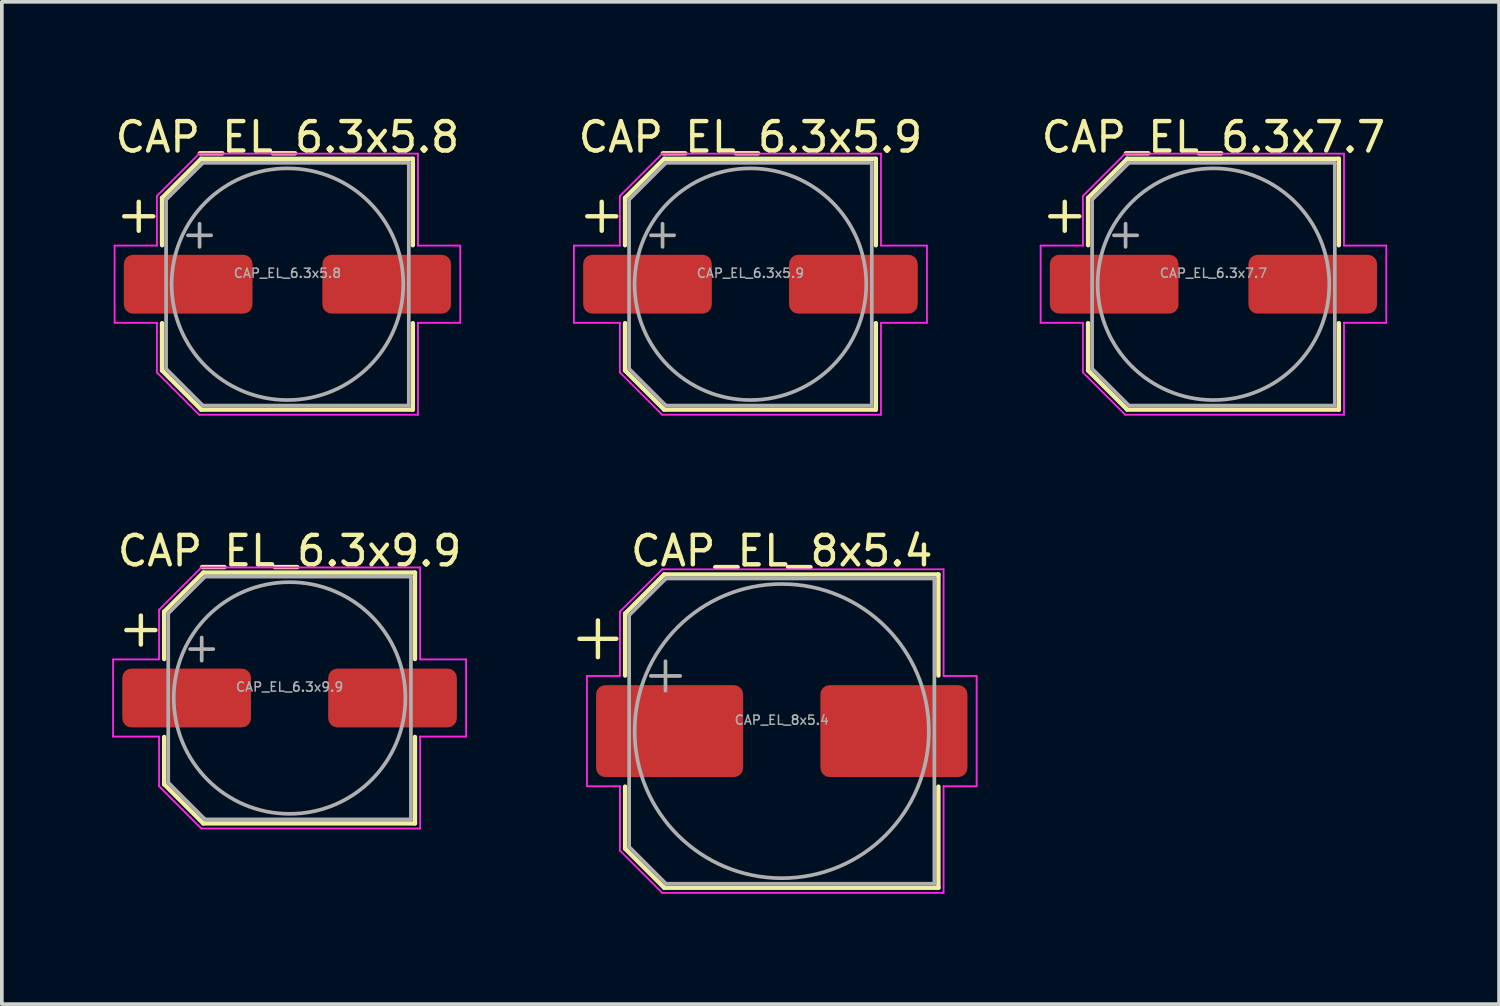
<source format=kicad_pcb>
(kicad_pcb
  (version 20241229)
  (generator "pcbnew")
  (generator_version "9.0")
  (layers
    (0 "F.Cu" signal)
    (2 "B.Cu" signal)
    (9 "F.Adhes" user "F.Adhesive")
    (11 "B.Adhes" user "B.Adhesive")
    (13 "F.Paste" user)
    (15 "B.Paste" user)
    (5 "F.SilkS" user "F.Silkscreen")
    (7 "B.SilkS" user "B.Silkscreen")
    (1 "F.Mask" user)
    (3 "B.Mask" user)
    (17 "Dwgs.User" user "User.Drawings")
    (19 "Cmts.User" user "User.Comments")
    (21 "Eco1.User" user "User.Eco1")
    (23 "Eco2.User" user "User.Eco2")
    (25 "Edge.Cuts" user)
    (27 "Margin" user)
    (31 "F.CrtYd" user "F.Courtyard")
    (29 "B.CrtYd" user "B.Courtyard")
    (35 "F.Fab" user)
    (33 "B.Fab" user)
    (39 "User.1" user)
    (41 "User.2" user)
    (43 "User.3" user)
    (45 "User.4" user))
  (footprint "CAP_EL_6.3x5.9"
    (layer "F.Cu")
    (at 17.358 4.679)
    (property "Reference" "CAP_EL_6.3x5.9" (at 0 -4 0) (layer "F.SilkS") (effects (font (size 0.8 0.8) (thickness 0.12))))
    (attr smd)
    (fp_line (start -4.438 -1.847) (end -3.65 -1.847) (stroke (width 0.12) (type solid)) (layer "F.SilkS"))
    (fp_line (start -4.044 -2.241) (end -4.044 -1.454) (stroke (width 0.12) (type solid)) (layer "F.SilkS"))
    (fp_line (start -3.41 -2.346) (end -3.41 -1.06) (stroke (width 0.12) (type solid)) (layer "F.SilkS"))
    (fp_line (start -3.41 -2.346) (end -2.346 -3.41) (stroke (width 0.12) (type solid)) (layer "F.SilkS"))
    (fp_line (start -3.41 2.346) (end -3.41 1.06) (stroke (width 0.12) (type solid)) (layer "F.SilkS"))
    (fp_line (start -3.41 2.346) (end -2.346 3.41) (stroke (width 0.12) (type solid)) (layer "F.SilkS"))
    (fp_line (start -2.346 -3.41) (end 3.41 -3.41) (stroke (width 0.12) (type solid)) (layer "F.SilkS"))
    (fp_line (start -2.346 3.41) (end 3.41 3.41) (stroke (width 0.12) (type solid)) (layer "F.SilkS"))
    (fp_line (start 3.41 -3.41) (end 3.41 -1.06) (stroke (width 0.12) (type solid)) (layer "F.SilkS"))
    (fp_line (start 3.41 3.41) (end 3.41 1.06) (stroke (width 0.12) (type solid)) (layer "F.SilkS"))
    (fp_line (start -4.8 -1.05) (end -4.8 1.05) (stroke (width 0.05) (type solid)) (layer "F.CrtYd"))
    (fp_line (start -4.8 1.05) (end -3.55 1.05) (stroke (width 0.05) (type solid)) (layer "F.CrtYd"))
    (fp_line (start -3.55 -2.4) (end -3.55 -1.05) (stroke (width 0.05) (type solid)) (layer "F.CrtYd"))
    (fp_line (start -3.55 -2.4) (end -2.4 -3.55) (stroke (width 0.05) (type solid)) (layer "F.CrtYd"))
    (fp_line (start -3.55 -1.05) (end -4.8 -1.05) (stroke (width 0.05) (type solid)) (layer "F.CrtYd"))
    (fp_line (start -3.55 1.05) (end -3.55 2.4) (stroke (width 0.05) (type solid)) (layer "F.CrtYd"))
    (fp_line (start -3.55 2.4) (end -2.4 3.55) (stroke (width 0.05) (type solid)) (layer "F.CrtYd"))
    (fp_line (start -2.4 -3.55) (end 3.55 -3.55) (stroke (width 0.05) (type solid)) (layer "F.CrtYd"))
    (fp_line (start -2.4 3.55) (end 3.55 3.55) (stroke (width 0.05) (type solid)) (layer "F.CrtYd"))
    (fp_line (start 3.55 -3.55) (end 3.55 -1.05) (stroke (width 0.05) (type solid)) (layer "F.CrtYd"))
    (fp_line (start 3.55 -1.05) (end 4.8 -1.05) (stroke (width 0.05) (type solid)) (layer "F.CrtYd"))
    (fp_line (start 3.55 1.05) (end 3.55 3.55) (stroke (width 0.05) (type solid)) (layer "F.CrtYd"))
    (fp_line (start 4.8 -1.05) (end 4.8 1.05) (stroke (width 0.05) (type solid)) (layer "F.CrtYd"))
    (fp_line (start 4.8 1.05) (end 3.55 1.05) (stroke (width 0.05) (type solid)) (layer "F.CrtYd"))
    (fp_line (start -3.3 -2.3) (end -3.3 2.3) (stroke (width 0.1) (type solid)) (layer "F.Fab"))
    (fp_line (start -3.3 -2.3) (end -2.3 -3.3) (stroke (width 0.1) (type solid)) (layer "F.Fab"))
    (fp_line (start -3.3 2.3) (end -2.3 3.3) (stroke (width 0.1) (type solid)) (layer "F.Fab"))
    (fp_line (start -2.705 -1.33) (end -2.075 -1.33) (stroke (width 0.1) (type solid)) (layer "F.Fab"))
    (fp_line (start -2.39 -1.645) (end -2.39 -1.015) (stroke (width 0.1) (type solid)) (layer "F.Fab"))
    (fp_line (start -2.3 -3.3) (end 3.3 -3.3) (stroke (width 0.1) (type solid)) (layer "F.Fab"))
    (fp_line (start -2.3 3.3) (end 3.3 3.3) (stroke (width 0.1) (type solid)) (layer "F.Fab"))
    (fp_line (start 3.3 -3.3) (end 3.3 3.3) (stroke (width 0.1) (type solid)) (layer "F.Fab"))
    (fp_circle (center 0 0) (end 3.15 0) (stroke (width 0.1) (type solid)) (fill no) (layer "F.Fab"))
    (fp_text user "${REFERENCE}" (at 0 -0.3 0) (layer "F.Fab") (effects (font (size 0.25 0.25) (thickness 0.04))))
    (pad "1" smd roundrect (at -2.8 0) (size 3.5 1.6) (layers "F.Cu" "F.Mask" "F.Paste") (roundrect_rratio 0.156))
    (pad "2" smd roundrect (at 2.8 0) (size 3.5 1.6) (layers "F.Cu" "F.Mask" "F.Paste") (roundrect_rratio 0.156)))
  (footprint "CAP_EL_8x5.4"
    (layer "F.Cu")
    (at 18.21 16.832)
    (property "Reference" "CAP_EL_8x5.4" (at 0 -4.9 0) (layer "F.SilkS") (effects (font (size 0.8 0.8) (thickness 0.12))))
    (attr smd)
    (fp_line (start -5.5 -2.51) (end -4.5 -2.51) (stroke (width 0.12) (type solid)) (layer "F.SilkS"))
    (fp_line (start -5 -3.01) (end -5 -2.01) (stroke (width 0.12) (type solid)) (layer "F.SilkS"))
    (fp_line (start -4.26 -3.196) (end -4.26 -1.51) (stroke (width 0.12) (type solid)) (layer "F.SilkS"))
    (fp_line (start -4.26 -3.196) (end -3.196 -4.26) (stroke (width 0.12) (type solid)) (layer "F.SilkS"))
    (fp_line (start -4.26 3.196) (end -4.26 1.51) (stroke (width 0.12) (type solid)) (layer "F.SilkS"))
    (fp_line (start -4.26 3.196) (end -3.196 4.26) (stroke (width 0.12) (type solid)) (layer "F.SilkS"))
    (fp_line (start -3.196 -4.26) (end 4.26 -4.26) (stroke (width 0.12) (type solid)) (layer "F.SilkS"))
    (fp_line (start -3.196 4.26) (end 4.26 4.26) (stroke (width 0.12) (type solid)) (layer "F.SilkS"))
    (fp_line (start 4.26 -4.26) (end 4.26 -1.51) (stroke (width 0.12) (type solid)) (layer "F.SilkS"))
    (fp_line (start 4.26 4.26) (end 4.26 1.51) (stroke (width 0.12) (type solid)) (layer "F.SilkS"))
    (fp_line (start -5.3 -1.5) (end -5.3 1.5) (stroke (width 0.05) (type solid)) (layer "F.CrtYd"))
    (fp_line (start -5.3 1.5) (end -4.4 1.5) (stroke (width 0.05) (type solid)) (layer "F.CrtYd"))
    (fp_line (start -4.4 -3.25) (end -4.4 -1.5) (stroke (width 0.05) (type solid)) (layer "F.CrtYd"))
    (fp_line (start -4.4 -3.25) (end -3.25 -4.4) (stroke (width 0.05) (type solid)) (layer "F.CrtYd"))
    (fp_line (start -4.4 -1.5) (end -5.3 -1.5) (stroke (width 0.05) (type solid)) (layer "F.CrtYd"))
    (fp_line (start -4.4 1.5) (end -4.4 3.25) (stroke (width 0.05) (type solid)) (layer "F.CrtYd"))
    (fp_line (start -4.4 3.25) (end -3.25 4.4) (stroke (width 0.05) (type solid)) (layer "F.CrtYd"))
    (fp_line (start -3.25 -4.4) (end 4.4 -4.4) (stroke (width 0.05) (type solid)) (layer "F.CrtYd"))
    (fp_line (start -3.25 4.4) (end 4.4 4.4) (stroke (width 0.05) (type solid)) (layer "F.CrtYd"))
    (fp_line (start 4.4 -4.4) (end 4.4 -1.5) (stroke (width 0.05) (type solid)) (layer "F.CrtYd"))
    (fp_line (start 4.4 -1.5) (end 5.3 -1.5) (stroke (width 0.05) (type solid)) (layer "F.CrtYd"))
    (fp_line (start 4.4 1.5) (end 4.4 4.4) (stroke (width 0.05) (type solid)) (layer "F.CrtYd"))
    (fp_line (start 5.3 -1.5) (end 5.3 1.5) (stroke (width 0.05) (type solid)) (layer "F.CrtYd"))
    (fp_line (start 5.3 1.5) (end 4.4 1.5) (stroke (width 0.05) (type solid)) (layer "F.CrtYd"))
    (fp_line (start -4.15 -3.15) (end -4.15 3.15) (stroke (width 0.1) (type solid)) (layer "F.Fab"))
    (fp_line (start -4.15 -3.15) (end -3.15 -4.15) (stroke (width 0.1) (type solid)) (layer "F.Fab"))
    (fp_line (start -4.15 3.15) (end -3.15 4.15) (stroke (width 0.1) (type solid)) (layer "F.Fab"))
    (fp_line (start -3.562 -1.5) (end -2.762 -1.5) (stroke (width 0.1) (type solid)) (layer "F.Fab"))
    (fp_line (start -3.162 -1.9) (end -3.162 -1.1) (stroke (width 0.1) (type solid)) (layer "F.Fab"))
    (fp_line (start -3.15 -4.15) (end 4.15 -4.15) (stroke (width 0.1) (type solid)) (layer "F.Fab"))
    (fp_line (start -3.15 4.15) (end 4.15 4.15) (stroke (width 0.1) (type solid)) (layer "F.Fab"))
    (fp_line (start 4.15 -4.15) (end 4.15 4.15) (stroke (width 0.1) (type solid)) (layer "F.Fab"))
    (fp_circle (center 0 0) (end 4 0) (stroke (width 0.1) (type solid)) (fill no) (layer "F.Fab"))
    (fp_text user "${REFERENCE}" (at 0 -0.3 0) (layer "F.Fab") (effects (font (size 0.25 0.25) (thickness 0.04))))
    (pad "1" smd roundrect (at -3.05 0) (size 4 2.5) (layers "F.Cu" "F.Mask" "F.Paste") (roundrect_rratio 0.1))
    (pad "2" smd roundrect (at 3.05 0) (size 4 2.5) (layers "F.Cu" "F.Mask" "F.Paste") (roundrect_rratio 0.1)))
  (footprint "CAP_EL_6.3x9.9"
    (layer "F.Cu")
    (at 4.825 15.932)
    (property "Reference" "CAP_EL_6.3x9.9" (at 0 -4 0) (layer "F.SilkS") (effects (font (size 0.8 0.8) (thickness 0.12))))
    (attr smd)
    (fp_line (start -4.438 -1.847) (end -3.65 -1.847) (stroke (width 0.12) (type solid)) (layer "F.SilkS"))
    (fp_line (start -4.044 -2.241) (end -4.044 -1.454) (stroke (width 0.12) (type solid)) (layer "F.SilkS"))
    (fp_line (start -3.41 -2.346) (end -3.41 -1.06) (stroke (width 0.12) (type solid)) (layer "F.SilkS"))
    (fp_line (start -3.41 -2.346) (end -2.346 -3.41) (stroke (width 0.12) (type solid)) (layer "F.SilkS"))
    (fp_line (start -3.41 2.346) (end -3.41 1.06) (stroke (width 0.12) (type solid)) (layer "F.SilkS"))
    (fp_line (start -3.41 2.346) (end -2.346 3.41) (stroke (width 0.12) (type solid)) (layer "F.SilkS"))
    (fp_line (start -2.346 -3.41) (end 3.41 -3.41) (stroke (width 0.12) (type solid)) (layer "F.SilkS"))
    (fp_line (start -2.346 3.41) (end 3.41 3.41) (stroke (width 0.12) (type solid)) (layer "F.SilkS"))
    (fp_line (start 3.41 -3.41) (end 3.41 -1.06) (stroke (width 0.12) (type solid)) (layer "F.SilkS"))
    (fp_line (start 3.41 3.41) (end 3.41 1.06) (stroke (width 0.12) (type solid)) (layer "F.SilkS"))
    (fp_line (start -4.8 -1.05) (end -4.8 1.05) (stroke (width 0.05) (type solid)) (layer "F.CrtYd"))
    (fp_line (start -4.8 1.05) (end -3.55 1.05) (stroke (width 0.05) (type solid)) (layer "F.CrtYd"))
    (fp_line (start -3.55 -2.4) (end -3.55 -1.05) (stroke (width 0.05) (type solid)) (layer "F.CrtYd"))
    (fp_line (start -3.55 -2.4) (end -2.4 -3.55) (stroke (width 0.05) (type solid)) (layer "F.CrtYd"))
    (fp_line (start -3.55 -1.05) (end -4.8 -1.05) (stroke (width 0.05) (type solid)) (layer "F.CrtYd"))
    (fp_line (start -3.55 1.05) (end -3.55 2.4) (stroke (width 0.05) (type solid)) (layer "F.CrtYd"))
    (fp_line (start -3.55 2.4) (end -2.4 3.55) (stroke (width 0.05) (type solid)) (layer "F.CrtYd"))
    (fp_line (start -2.4 -3.55) (end 3.55 -3.55) (stroke (width 0.05) (type solid)) (layer "F.CrtYd"))
    (fp_line (start -2.4 3.55) (end 3.55 3.55) (stroke (width 0.05) (type solid)) (layer "F.CrtYd"))
    (fp_line (start 3.55 -3.55) (end 3.55 -1.05) (stroke (width 0.05) (type solid)) (layer "F.CrtYd"))
    (fp_line (start 3.55 -1.05) (end 4.8 -1.05) (stroke (width 0.05) (type solid)) (layer "F.CrtYd"))
    (fp_line (start 3.55 1.05) (end 3.55 3.55) (stroke (width 0.05) (type solid)) (layer "F.CrtYd"))
    (fp_line (start 4.8 -1.05) (end 4.8 1.05) (stroke (width 0.05) (type solid)) (layer "F.CrtYd"))
    (fp_line (start 4.8 1.05) (end 3.55 1.05) (stroke (width 0.05) (type solid)) (layer "F.CrtYd"))
    (fp_line (start -3.3 -2.3) (end -3.3 2.3) (stroke (width 0.1) (type solid)) (layer "F.Fab"))
    (fp_line (start -3.3 -2.3) (end -2.3 -3.3) (stroke (width 0.1) (type solid)) (layer "F.Fab"))
    (fp_line (start -3.3 2.3) (end -2.3 3.3) (stroke (width 0.1) (type solid)) (layer "F.Fab"))
    (fp_line (start -2.705 -1.33) (end -2.075 -1.33) (stroke (width 0.1) (type solid)) (layer "F.Fab"))
    (fp_line (start -2.39 -1.645) (end -2.39 -1.015) (stroke (width 0.1) (type solid)) (layer "F.Fab"))
    (fp_line (start -2.3 -3.3) (end 3.3 -3.3) (stroke (width 0.1) (type solid)) (layer "F.Fab"))
    (fp_line (start -2.3 3.3) (end 3.3 3.3) (stroke (width 0.1) (type solid)) (layer "F.Fab"))
    (fp_line (start 3.3 -3.3) (end 3.3 3.3) (stroke (width 0.1) (type solid)) (layer "F.Fab"))
    (fp_circle (center 0 0) (end 3.15 0) (stroke (width 0.1) (type solid)) (fill no) (layer "F.Fab"))
    (fp_text user "${REFERENCE}" (at 0 -0.3 0) (layer "F.Fab") (effects (font (size 0.25 0.25) (thickness 0.04))))
    (pad "1" smd roundrect (at -2.8 0) (size 3.5 1.6) (layers "F.Cu" "F.Mask" "F.Paste") (roundrect_rratio 0.156))
    (pad "2" smd roundrect (at 2.8 0) (size 3.5 1.6) (layers "F.Cu" "F.Mask" "F.Paste") (roundrect_rratio 0.156)))
  (footprint "CAP_EL_6.3x7.7"
    (layer "F.Cu")
    (at 29.95 4.679)
    (property "Reference" "CAP_EL_6.3x7.7" (at 0 -4 0) (layer "F.SilkS") (effects (font (size 0.8 0.8) (thickness 0.12))))
    (attr smd)
    (fp_line (start -4.438 -1.847) (end -3.65 -1.847) (stroke (width 0.12) (type solid)) (layer "F.SilkS"))
    (fp_line (start -4.044 -2.241) (end -4.044 -1.454) (stroke (width 0.12) (type solid)) (layer "F.SilkS"))
    (fp_line (start -3.41 -2.346) (end -3.41 -1.06) (stroke (width 0.12) (type solid)) (layer "F.SilkS"))
    (fp_line (start -3.41 -2.346) (end -2.346 -3.41) (stroke (width 0.12) (type solid)) (layer "F.SilkS"))
    (fp_line (start -3.41 2.346) (end -3.41 1.06) (stroke (width 0.12) (type solid)) (layer "F.SilkS"))
    (fp_line (start -3.41 2.346) (end -2.346 3.41) (stroke (width 0.12) (type solid)) (layer "F.SilkS"))
    (fp_line (start -2.346 -3.41) (end 3.41 -3.41) (stroke (width 0.12) (type solid)) (layer "F.SilkS"))
    (fp_line (start -2.346 3.41) (end 3.41 3.41) (stroke (width 0.12) (type solid)) (layer "F.SilkS"))
    (fp_line (start 3.41 -3.41) (end 3.41 -1.06) (stroke (width 0.12) (type solid)) (layer "F.SilkS"))
    (fp_line (start 3.41 3.41) (end 3.41 1.06) (stroke (width 0.12) (type solid)) (layer "F.SilkS"))
    (fp_line (start -4.7 -1.05) (end -4.7 1.05) (stroke (width 0.05) (type solid)) (layer "F.CrtYd"))
    (fp_line (start -4.7 1.05) (end -3.55 1.05) (stroke (width 0.05) (type solid)) (layer "F.CrtYd"))
    (fp_line (start -3.55 -2.4) (end -3.55 -1.05) (stroke (width 0.05) (type solid)) (layer "F.CrtYd"))
    (fp_line (start -3.55 -2.4) (end -2.4 -3.55) (stroke (width 0.05) (type solid)) (layer "F.CrtYd"))
    (fp_line (start -3.55 -1.05) (end -4.7 -1.05) (stroke (width 0.05) (type solid)) (layer "F.CrtYd"))
    (fp_line (start -3.55 1.05) (end -3.55 2.4) (stroke (width 0.05) (type solid)) (layer "F.CrtYd"))
    (fp_line (start -3.55 2.4) (end -2.4 3.55) (stroke (width 0.05) (type solid)) (layer "F.CrtYd"))
    (fp_line (start -2.4 -3.55) (end 3.55 -3.55) (stroke (width 0.05) (type solid)) (layer "F.CrtYd"))
    (fp_line (start -2.4 3.55) (end 3.55 3.55) (stroke (width 0.05) (type solid)) (layer "F.CrtYd"))
    (fp_line (start 3.55 -3.55) (end 3.55 -1.05) (stroke (width 0.05) (type solid)) (layer "F.CrtYd"))
    (fp_line (start 3.55 -1.05) (end 4.7 -1.05) (stroke (width 0.05) (type solid)) (layer "F.CrtYd"))
    (fp_line (start 3.55 1.05) (end 3.55 3.55) (stroke (width 0.05) (type solid)) (layer "F.CrtYd"))
    (fp_line (start 4.7 -1.05) (end 4.7 1.05) (stroke (width 0.05) (type solid)) (layer "F.CrtYd"))
    (fp_line (start 4.7 1.05) (end 3.55 1.05) (stroke (width 0.05) (type solid)) (layer "F.CrtYd"))
    (fp_line (start -3.3 -2.3) (end -3.3 2.3) (stroke (width 0.1) (type solid)) (layer "F.Fab"))
    (fp_line (start -3.3 -2.3) (end -2.3 -3.3) (stroke (width 0.1) (type solid)) (layer "F.Fab"))
    (fp_line (start -3.3 2.3) (end -2.3 3.3) (stroke (width 0.1) (type solid)) (layer "F.Fab"))
    (fp_line (start -2.705 -1.33) (end -2.075 -1.33) (stroke (width 0.1) (type solid)) (layer "F.Fab"))
    (fp_line (start -2.39 -1.645) (end -2.39 -1.015) (stroke (width 0.1) (type solid)) (layer "F.Fab"))
    (fp_line (start -2.3 -3.3) (end 3.3 -3.3) (stroke (width 0.1) (type solid)) (layer "F.Fab"))
    (fp_line (start -2.3 3.3) (end 3.3 3.3) (stroke (width 0.1) (type solid)) (layer "F.Fab"))
    (fp_line (start 3.3 -3.3) (end 3.3 3.3) (stroke (width 0.1) (type solid)) (layer "F.Fab"))
    (fp_circle (center 0 0) (end 3.15 0) (stroke (width 0.1) (type solid)) (fill no) (layer "F.Fab"))
    (fp_text user "${REFERENCE}" (at 0 -0.3 0) (layer "F.Fab") (effects (font (size 0.25 0.25) (thickness 0.04))))
    (pad "1" smd roundrect (at -2.7 0) (size 3.5 1.6) (layers "F.Cu" "F.Mask" "F.Paste") (roundrect_rratio 0.156))
    (pad "2" smd roundrect (at 2.7 0) (size 3.5 1.6) (layers "F.Cu" "F.Mask" "F.Paste") (roundrect_rratio 0.156)))
  (footprint "CAP_EL_6.3x5.8"
    (layer "F.Cu")
    (at 4.767 4.679)
    (property "Reference" "CAP_EL_6.3x5.8" (at 0 -4 0) (layer "F.SilkS") (effects (font (size 0.8 0.8) (thickness 0.12))))
    (attr smd)
    (fp_line (start -4.438 -1.847) (end -3.65 -1.847) (stroke (width 0.12) (type solid)) (layer "F.SilkS"))
    (fp_line (start -4.044 -2.241) (end -4.044 -1.454) (stroke (width 0.12) (type solid)) (layer "F.SilkS"))
    (fp_line (start -3.41 -2.346) (end -3.41 -1.06) (stroke (width 0.12) (type solid)) (layer "F.SilkS"))
    (fp_line (start -3.41 -2.346) (end -2.346 -3.41) (stroke (width 0.12) (type solid)) (layer "F.SilkS"))
    (fp_line (start -3.41 2.346) (end -3.41 1.06) (stroke (width 0.12) (type solid)) (layer "F.SilkS"))
    (fp_line (start -3.41 2.346) (end -2.346 3.41) (stroke (width 0.12) (type solid)) (layer "F.SilkS"))
    (fp_line (start -2.346 -3.41) (end 3.41 -3.41) (stroke (width 0.12) (type solid)) (layer "F.SilkS"))
    (fp_line (start -2.346 3.41) (end 3.41 3.41) (stroke (width 0.12) (type solid)) (layer "F.SilkS"))
    (fp_line (start 3.41 -3.41) (end 3.41 -1.06) (stroke (width 0.12) (type solid)) (layer "F.SilkS"))
    (fp_line (start 3.41 3.41) (end 3.41 1.06) (stroke (width 0.12) (type solid)) (layer "F.SilkS"))
    (fp_line (start -4.7 -1.05) (end -4.7 1.05) (stroke (width 0.05) (type solid)) (layer "F.CrtYd"))
    (fp_line (start -4.7 1.05) (end -3.55 1.05) (stroke (width 0.05) (type solid)) (layer "F.CrtYd"))
    (fp_line (start -3.55 -2.4) (end -3.55 -1.05) (stroke (width 0.05) (type solid)) (layer "F.CrtYd"))
    (fp_line (start -3.55 -2.4) (end -2.4 -3.55) (stroke (width 0.05) (type solid)) (layer "F.CrtYd"))
    (fp_line (start -3.55 -1.05) (end -4.7 -1.05) (stroke (width 0.05) (type solid)) (layer "F.CrtYd"))
    (fp_line (start -3.55 1.05) (end -3.55 2.4) (stroke (width 0.05) (type solid)) (layer "F.CrtYd"))
    (fp_line (start -3.55 2.4) (end -2.4 3.55) (stroke (width 0.05) (type solid)) (layer "F.CrtYd"))
    (fp_line (start -2.4 -3.55) (end 3.55 -3.55) (stroke (width 0.05) (type solid)) (layer "F.CrtYd"))
    (fp_line (start -2.4 3.55) (end 3.55 3.55) (stroke (width 0.05) (type solid)) (layer "F.CrtYd"))
    (fp_line (start 3.55 -3.55) (end 3.55 -1.05) (stroke (width 0.05) (type solid)) (layer "F.CrtYd"))
    (fp_line (start 3.55 -1.05) (end 4.7 -1.05) (stroke (width 0.05) (type solid)) (layer "F.CrtYd"))
    (fp_line (start 3.55 1.05) (end 3.55 3.55) (stroke (width 0.05) (type solid)) (layer "F.CrtYd"))
    (fp_line (start 4.7 -1.05) (end 4.7 1.05) (stroke (width 0.05) (type solid)) (layer "F.CrtYd"))
    (fp_line (start 4.7 1.05) (end 3.55 1.05) (stroke (width 0.05) (type solid)) (layer "F.CrtYd"))
    (fp_line (start -3.3 -2.3) (end -3.3 2.3) (stroke (width 0.1) (type solid)) (layer "F.Fab"))
    (fp_line (start -3.3 -2.3) (end -2.3 -3.3) (stroke (width 0.1) (type solid)) (layer "F.Fab"))
    (fp_line (start -3.3 2.3) (end -2.3 3.3) (stroke (width 0.1) (type solid)) (layer "F.Fab"))
    (fp_line (start -2.705 -1.33) (end -2.075 -1.33) (stroke (width 0.1) (type solid)) (layer "F.Fab"))
    (fp_line (start -2.39 -1.645) (end -2.39 -1.015) (stroke (width 0.1) (type solid)) (layer "F.Fab"))
    (fp_line (start -2.3 -3.3) (end 3.3 -3.3) (stroke (width 0.1) (type solid)) (layer "F.Fab"))
    (fp_line (start -2.3 3.3) (end 3.3 3.3) (stroke (width 0.1) (type solid)) (layer "F.Fab"))
    (fp_line (start 3.3 -3.3) (end 3.3 3.3) (stroke (width 0.1) (type solid)) (layer "F.Fab"))
    (fp_circle (center 0 0) (end 3.15 0) (stroke (width 0.1) (type solid)) (fill no) (layer "F.Fab"))
    (fp_text user "${REFERENCE}" (at 0 -0.3 0) (layer "F.Fab") (effects (font (size 0.25 0.25) (thickness 0.04))))
    (pad "1" smd roundrect (at -2.7 0) (size 3.5 1.6) (layers "F.Cu" "F.Mask" "F.Paste") (roundrect_rratio 0.156))
    (pad "2" smd roundrect (at 2.7 0) (size 3.5 1.6) (layers "F.Cu" "F.Mask" "F.Paste") (roundrect_rratio 0.156)))
  (gr_rect
    (start -3 -3)
    (end 37.717 24.257)
    (stroke (width 0.1) (type default))
    (fill no)
    (layer "Edge.Cuts")))
</source>
